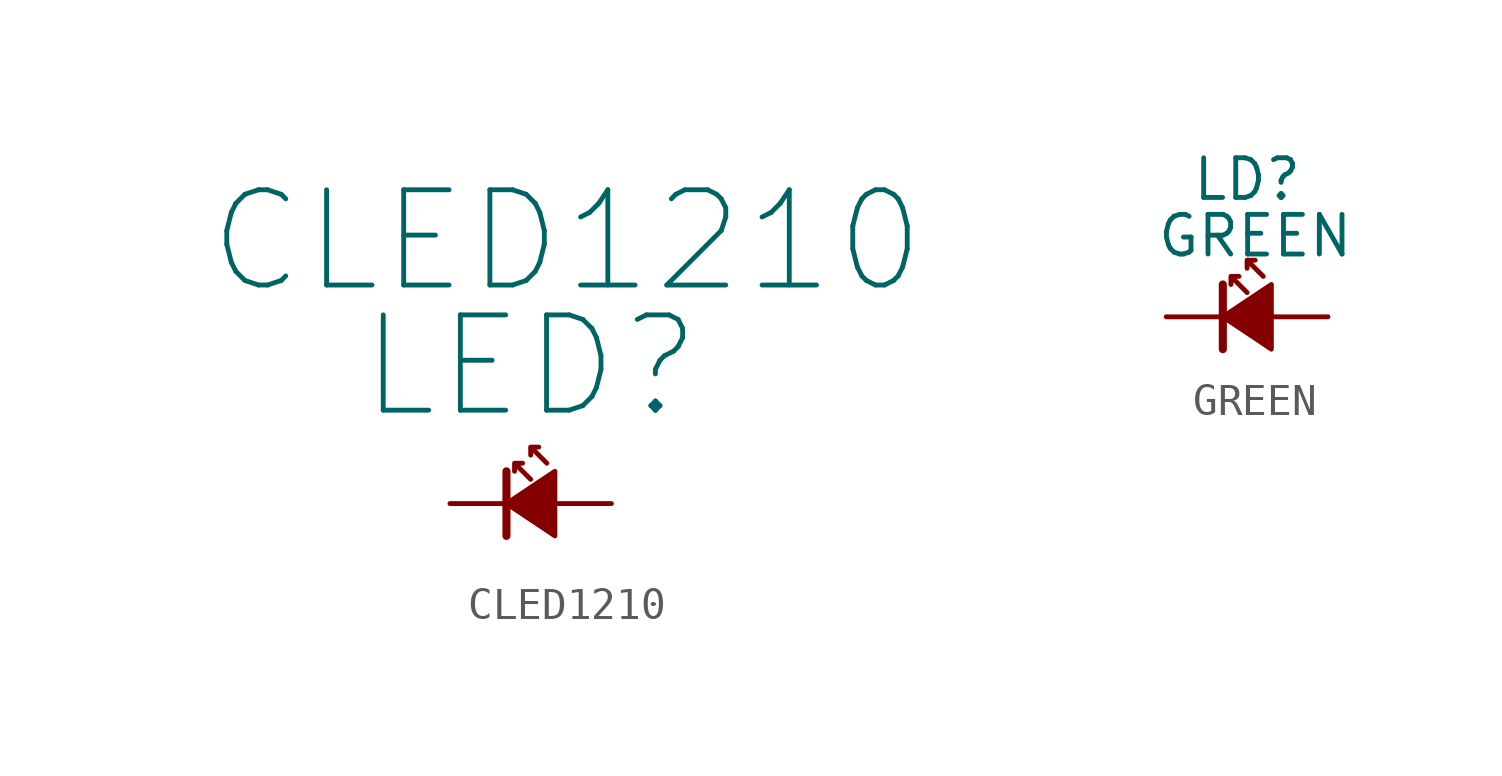
<source format=kicad_sym>
(kicad_symbol_lib
  (version 20241209)
  (generator "kicad_symbol_editor")
  (generator_version "9.0")
  (symbol "CLED1210"
    (pin_numbers
      (hide yes))
    (pin_names
      (offset 0)
      (hide yes))
    (property "Reference" "LED"
      (at -0.254 4.318 0)
      (effects (font (size 2.997 2.997))))
    (property "Value" "CLED1210"
      (at 0.889 8.255 0)
      (effects (font (size 2.997 2.997))))
    (symbol "CLED1210_0_1"
      (polyline (pts (xy -1.016 0) (xy 0.508 1.016) (xy 0.508 -1.016) (xy -1.016 0)) (stroke (width 0) (type solid)) (fill (type outline))))
    (symbol "CLED1210_1_1"
      (polyline (pts (xy -1.016 -1.016) (xy -1.016 1.016)) (stroke (width 0.254) (type solid)) (fill (type none)))
      (polyline (pts (xy -0.254 0.762) (xy -0.762 1.27) (xy -0.508 1.27) (xy -0.762 1.27) (xy -0.762 1.016)) (stroke (width 0) (type solid)) (fill (type none)))
      (polyline (pts (xy 0.254 1.27) (xy -0.254 1.778) (xy 0 1.778) (xy -0.254 1.778) (xy -0.254 1.524)) (stroke (width 0) (type solid)) (fill (type none)))
      (pin passive line (at -2.794 0 0) (length 1.778) (name "K" (effects (font (size 1.27 1.27)))) (number "1" (effects (font (size 1.27 1.27)))))
      (pin passive line (at 2.286 0 180) (length 1.778) (name "A" (effects (font (size 1.27 1.27)))) (number "2" (effects (font (size 1.27 1.27)))))))
  (symbol "GREEN"
    (pin_numbers
      (hide yes))
    (pin_names
      (offset 0)
      (hide yes))
    (property "Reference" "LD"
      (at -0.254 4.318 0)
      (effects (font (size 1.245 1.245))))
    (property "Value" "GREEN"
      (at 0 2.54 0)
      (effects (font (size 1.245 1.245))))
    (symbol "GREEN_0_1"
      (polyline (pts (xy -1.016 0) (xy 0.508 1.016) (xy 0.508 -1.016) (xy -1.016 0)) (stroke (width 0) (type solid)) (fill (type outline))))
    (symbol "GREEN_1_1"
      (polyline (pts (xy -1.016 -1.016) (xy -1.016 1.016)) (stroke (width 0.254) (type solid)) (fill (type none)))
      (polyline (pts (xy -0.254 0.762) (xy -0.762 1.27) (xy -0.508 1.27) (xy -0.762 1.27) (xy -0.762 1.016)) (stroke (width 0) (type solid)) (fill (type none)))
      (polyline (pts (xy 0.254 1.27) (xy -0.254 1.778) (xy 0 1.778) (xy -0.254 1.778) (xy -0.254 1.524)) (stroke (width 0) (type solid)) (fill (type none)))
      (pin passive line (at -2.794 0 0) (length 1.778) (name "K" (effects (font (size 1.27 1.27)))) (number "1" (effects (font (size 1.27 1.27)))))
      (pin passive line (at 2.286 0 180) (length 1.778) (name "A" (effects (font (size 1.27 1.27)))) (number "2" (effects (font (size 1.27 1.27))))))))
</source>
